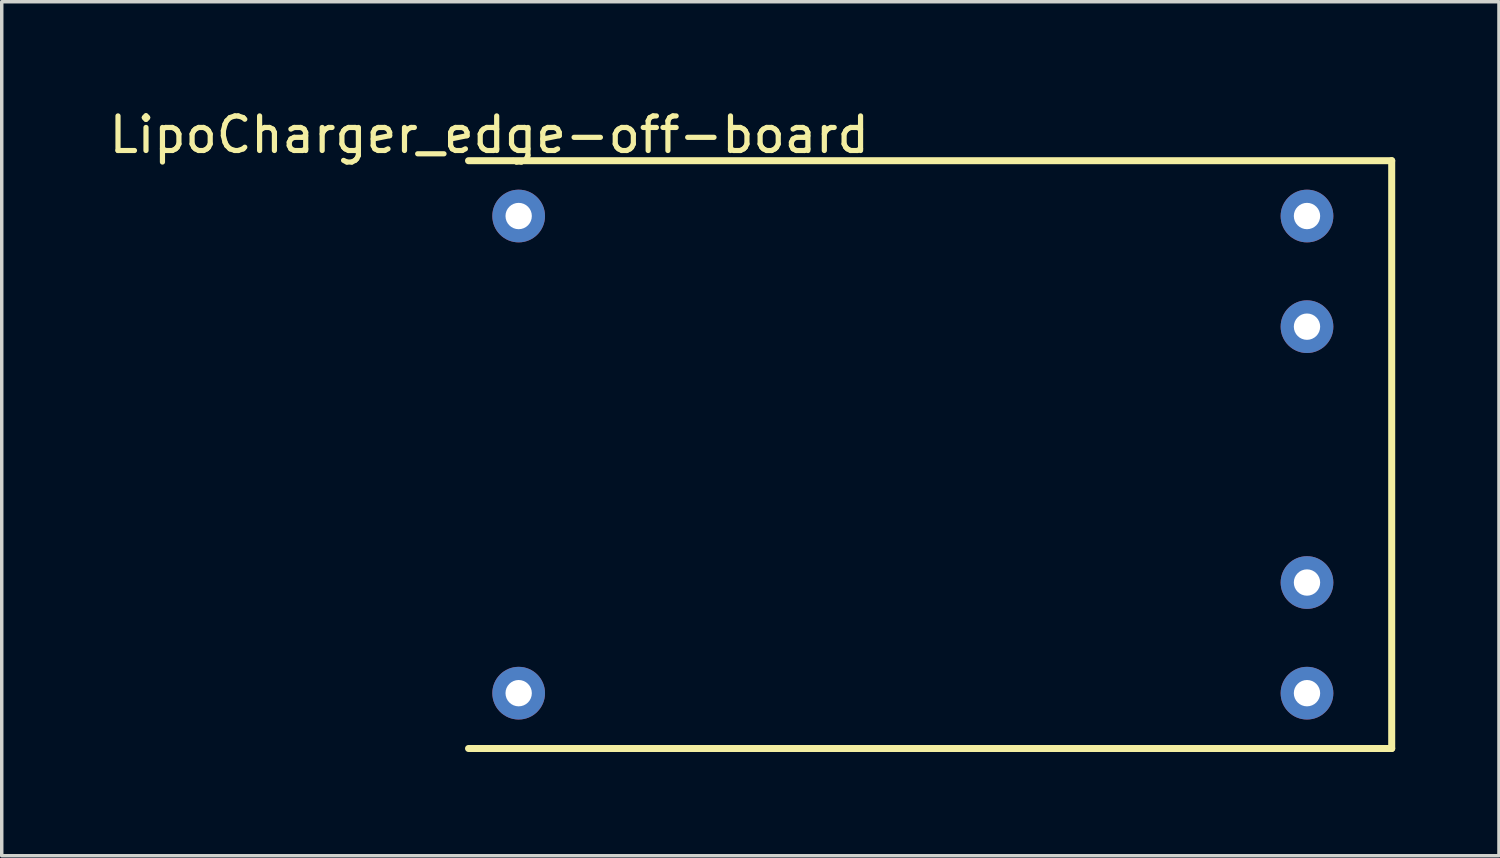
<source format=kicad_pcb>
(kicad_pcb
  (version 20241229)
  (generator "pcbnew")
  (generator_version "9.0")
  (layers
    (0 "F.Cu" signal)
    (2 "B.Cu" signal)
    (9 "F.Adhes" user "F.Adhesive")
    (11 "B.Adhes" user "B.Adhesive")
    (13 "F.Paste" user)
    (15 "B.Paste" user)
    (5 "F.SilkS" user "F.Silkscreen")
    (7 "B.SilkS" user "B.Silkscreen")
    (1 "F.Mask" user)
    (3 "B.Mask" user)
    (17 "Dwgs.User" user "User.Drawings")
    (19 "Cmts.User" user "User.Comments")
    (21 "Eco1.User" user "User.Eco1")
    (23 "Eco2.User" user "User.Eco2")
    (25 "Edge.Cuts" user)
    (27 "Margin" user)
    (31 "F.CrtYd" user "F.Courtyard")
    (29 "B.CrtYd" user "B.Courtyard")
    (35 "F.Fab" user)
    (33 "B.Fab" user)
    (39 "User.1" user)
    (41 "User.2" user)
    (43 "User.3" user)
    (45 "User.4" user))
  (footprint "LipoCharger_edge-off-board"
    (layer "F.Cu")
    (at 23.351 10.098)
    (property "Reference" "LipoCharger_edge-off-board" (at -12.25 -9.25 0) (layer "F.SilkS") (effects (font (size 1 1) (thickness 0.15))))
    (attr through_hole)
    (fp_line (start -12.85 -8.5) (end 13.85 -8.5) (stroke (width 0.203) (type solid)) (layer "F.SilkS"))
    (fp_line (start -12.85 8.5) (end 13.85 8.5) (stroke (width 0.203) (type solid)) (layer "F.SilkS"))
    (fp_line (start 13.85 -8.5) (end 13.85 8.5) (stroke (width 0.203) (type solid)) (layer "F.SilkS"))
    (pad "1" thru_hole circle (at -11.4 -6.9) (size 1.524 1.524) (drill 0.762) (layers "*.Cu" "*.Mask"))
    (pad "2" thru_hole circle (at -11.4 6.9) (size 1.524 1.524) (drill 0.762) (layers "*.Cu" "*.Mask"))
    (pad "3" thru_hole circle (at 11.4 6.9) (size 1.524 1.524) (drill 0.762) (layers "*.Cu" "*.Mask"))
    (pad "4" thru_hole circle (at 11.4 3.7) (size 1.524 1.524) (drill 0.762) (layers "*.Cu" "*.Mask"))
    (pad "5" thru_hole circle (at 11.4 -3.7) (size 1.524 1.524) (drill 0.762) (layers "*.Cu" "*.Mask"))
    (pad "6" thru_hole circle (at 11.4 -6.9) (size 1.524 1.524) (drill 0.762) (layers "*.Cu" "*.Mask")))
  (gr_rect
    (start -3 -3)
    (end 40.303 21.7)
    (stroke (width 0.1) (type default))
    (fill no)
    (layer "Edge.Cuts")))
</source>
